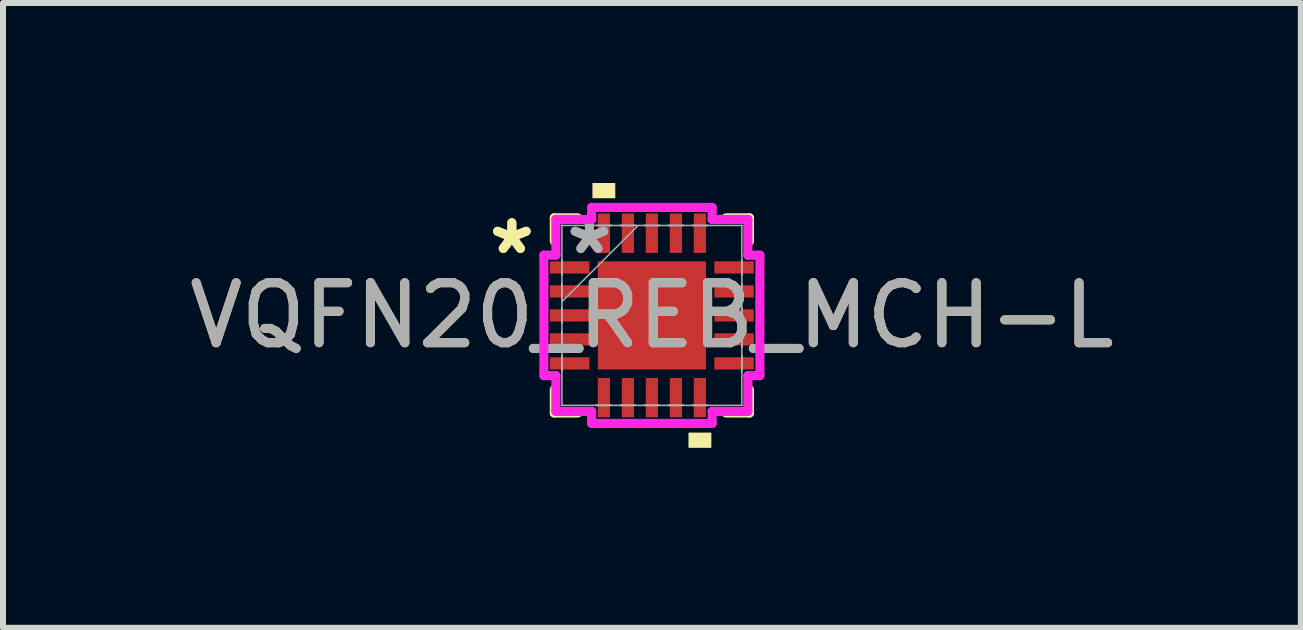
<source format=kicad_pcb>
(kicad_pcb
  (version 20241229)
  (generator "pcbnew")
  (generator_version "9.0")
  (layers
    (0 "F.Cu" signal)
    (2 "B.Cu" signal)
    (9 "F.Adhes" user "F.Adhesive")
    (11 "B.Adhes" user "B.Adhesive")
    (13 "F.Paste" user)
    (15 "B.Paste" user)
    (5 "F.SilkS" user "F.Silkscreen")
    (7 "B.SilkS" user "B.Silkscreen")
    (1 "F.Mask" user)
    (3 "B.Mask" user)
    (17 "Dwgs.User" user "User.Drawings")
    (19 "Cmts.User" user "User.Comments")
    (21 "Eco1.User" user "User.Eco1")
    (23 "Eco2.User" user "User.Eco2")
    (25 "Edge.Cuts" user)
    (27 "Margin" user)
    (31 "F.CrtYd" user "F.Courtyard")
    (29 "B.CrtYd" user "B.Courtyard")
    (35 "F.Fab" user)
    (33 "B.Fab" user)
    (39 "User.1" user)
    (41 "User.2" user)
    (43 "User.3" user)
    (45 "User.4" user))
  (footprint "VQFN20_REB_MCH-L"
    (layer "F.Cu")
    (at 7.815 2.207)
    (property "Reference" "VQFN20_REB_MCH-L" (at 0 0 0) (unlocked yes) (layer "F.SilkS") (effects (font (size 1 1) (thickness 0.15))))
    (attr smd)
    (fp_line (start -1.626 -1.626) (end -1.626 -1.235) (stroke (width 0.152) (type solid)) (layer "F.SilkS"))
    (fp_line (start -1.626 1.235) (end -1.626 1.626) (stroke (width 0.152) (type solid)) (layer "F.SilkS"))
    (fp_line (start -1.626 1.626) (end -1.235 1.626) (stroke (width 0.152) (type solid)) (layer "F.SilkS"))
    (fp_line (start -1.235 -1.626) (end -1.626 -1.626) (stroke (width 0.152) (type solid)) (layer "F.SilkS"))
    (fp_line (start 1.235 1.626) (end 1.626 1.626) (stroke (width 0.152) (type solid)) (layer "F.SilkS"))
    (fp_line (start 1.626 -1.626) (end 1.235 -1.626) (stroke (width 0.152) (type solid)) (layer "F.SilkS"))
    (fp_line (start 1.626 -1.235) (end 1.626 -1.626) (stroke (width 0.152) (type solid)) (layer "F.SilkS"))
    (fp_line (start 1.626 1.626) (end 1.626 1.235) (stroke (width 0.152) (type solid)) (layer "F.SilkS"))
    (fp_poly (pts (xy -0.991 -1.953) (xy -0.991 -2.207) (xy -0.61 -2.207) (xy -0.61 -1.953)) (stroke (width 0) (type solid)) (fill yes) (layer "F.SilkS"))
    (fp_poly (pts (xy 0.61 1.953) (xy 0.61 2.207) (xy 0.991 2.207) (xy 0.991 1.953)) (stroke (width 0) (type solid)) (fill yes) (layer "F.SilkS"))
    (fp_line (start -1.8 -1.004) (end -1.6 -1.004) (stroke (width 0.152) (type solid)) (layer "F.CrtYd"))
    (fp_line (start -1.8 1.004) (end -1.8 -1.004) (stroke (width 0.152) (type solid)) (layer "F.CrtYd"))
    (fp_line (start -1.6 -1.6) (end -1.004 -1.6) (stroke (width 0.152) (type solid)) (layer "F.CrtYd"))
    (fp_line (start -1.6 -1.004) (end -1.6 -1.6) (stroke (width 0.152) (type solid)) (layer "F.CrtYd"))
    (fp_line (start -1.6 1.004) (end -1.8 1.004) (stroke (width 0.152) (type solid)) (layer "F.CrtYd"))
    (fp_line (start -1.6 1.6) (end -1.6 1.004) (stroke (width 0.152) (type solid)) (layer "F.CrtYd"))
    (fp_line (start -1.004 -1.8) (end 1.004 -1.8) (stroke (width 0.152) (type solid)) (layer "F.CrtYd"))
    (fp_line (start -1.004 -1.6) (end -1.004 -1.8) (stroke (width 0.152) (type solid)) (layer "F.CrtYd"))
    (fp_line (start -1.004 1.6) (end -1.6 1.6) (stroke (width 0.152) (type solid)) (layer "F.CrtYd"))
    (fp_line (start -1.004 1.8) (end -1.004 1.6) (stroke (width 0.152) (type solid)) (layer "F.CrtYd"))
    (fp_line (start 1.004 -1.8) (end 1.004 -1.6) (stroke (width 0.152) (type solid)) (layer "F.CrtYd"))
    (fp_line (start 1.004 -1.6) (end 1.6 -1.6) (stroke (width 0.152) (type solid)) (layer "F.CrtYd"))
    (fp_line (start 1.004 1.6) (end 1.004 1.8) (stroke (width 0.152) (type solid)) (layer "F.CrtYd"))
    (fp_line (start 1.004 1.8) (end -1.004 1.8) (stroke (width 0.152) (type solid)) (layer "F.CrtYd"))
    (fp_line (start 1.6 -1.6) (end 1.6 -1.004) (stroke (width 0.152) (type solid)) (layer "F.CrtYd"))
    (fp_line (start 1.6 -1.004) (end 1.8 -1.004) (stroke (width 0.152) (type solid)) (layer "F.CrtYd"))
    (fp_line (start 1.6 1.004) (end 1.6 1.6) (stroke (width 0.152) (type solid)) (layer "F.CrtYd"))
    (fp_line (start 1.6 1.6) (end 1.004 1.6) (stroke (width 0.152) (type solid)) (layer "F.CrtYd"))
    (fp_line (start 1.8 -1.004) (end 1.8 1.004) (stroke (width 0.152) (type solid)) (layer "F.CrtYd"))
    (fp_line (start 1.8 1.004) (end 1.6 1.004) (stroke (width 0.152) (type solid)) (layer "F.CrtYd"))
    (fp_line (start -1.499 -1.499) (end -1.499 -1.499) (stroke (width 0.025) (type solid)) (layer "F.Fab"))
    (fp_line (start -1.499 -1.499) (end -1.499 1.499) (stroke (width 0.025) (type solid)) (layer "F.Fab"))
    (fp_line (start -1.499 -0.927) (end -1.499 -0.927) (stroke (width 0.025) (type solid)) (layer "F.Fab"))
    (fp_line (start -1.499 -0.927) (end -1.499 -0.673) (stroke (width 0.025) (type solid)) (layer "F.Fab"))
    (fp_line (start -1.499 -0.673) (end -1.499 -0.927) (stroke (width 0.025) (type solid)) (layer "F.Fab"))
    (fp_line (start -1.499 -0.673) (end -1.499 -0.673) (stroke (width 0.025) (type solid)) (layer "F.Fab"))
    (fp_line (start -1.499 -0.527) (end -1.499 -0.527) (stroke (width 0.025) (type solid)) (layer "F.Fab"))
    (fp_line (start -1.499 -0.527) (end -1.499 -0.273) (stroke (width 0.025) (type solid)) (layer "F.Fab"))
    (fp_line (start -1.499 -0.273) (end -1.499 -0.527) (stroke (width 0.025) (type solid)) (layer "F.Fab"))
    (fp_line (start -1.499 -0.273) (end -1.499 -0.273) (stroke (width 0.025) (type solid)) (layer "F.Fab"))
    (fp_line (start -1.499 -0.229) (end -0.229 -1.499) (stroke (width 0.025) (type solid)) (layer "F.Fab"))
    (fp_line (start -1.499 -0.127) (end -1.499 -0.127) (stroke (width 0.025) (type solid)) (layer "F.Fab"))
    (fp_line (start -1.499 -0.127) (end -1.499 0.127) (stroke (width 0.025) (type solid)) (layer "F.Fab"))
    (fp_line (start -1.499 0.127) (end -1.499 -0.127) (stroke (width 0.025) (type solid)) (layer "F.Fab"))
    (fp_line (start -1.499 0.127) (end -1.499 0.127) (stroke (width 0.025) (type solid)) (layer "F.Fab"))
    (fp_line (start -1.499 0.273) (end -1.499 0.273) (stroke (width 0.025) (type solid)) (layer "F.Fab"))
    (fp_line (start -1.499 0.273) (end -1.499 0.527) (stroke (width 0.025) (type solid)) (layer "F.Fab"))
    (fp_line (start -1.499 0.527) (end -1.499 0.273) (stroke (width 0.025) (type solid)) (layer "F.Fab"))
    (fp_line (start -1.499 0.527) (end -1.499 0.527) (stroke (width 0.025) (type solid)) (layer "F.Fab"))
    (fp_line (start -1.499 0.673) (end -1.499 0.673) (stroke (width 0.025) (type solid)) (layer "F.Fab"))
    (fp_line (start -1.499 0.673) (end -1.499 0.927) (stroke (width 0.025) (type solid)) (layer "F.Fab"))
    (fp_line (start -1.499 0.927) (end -1.499 0.673) (stroke (width 0.025) (type solid)) (layer "F.Fab"))
    (fp_line (start -1.499 0.927) (end -1.499 0.927) (stroke (width 0.025) (type solid)) (layer "F.Fab"))
    (fp_line (start -1.499 1.499) (end -1.499 1.499) (stroke (width 0.025) (type solid)) (layer "F.Fab"))
    (fp_line (start -1.499 1.499) (end 1.499 1.499) (stroke (width 0.025) (type solid)) (layer "F.Fab"))
    (fp_line (start -0.927 -1.499) (end -0.927 -1.499) (stroke (width 0.025) (type solid)) (layer "F.Fab"))
    (fp_line (start -0.927 -1.499) (end -0.673 -1.499) (stroke (width 0.025) (type solid)) (layer "F.Fab"))
    (fp_line (start -0.927 1.499) (end -0.927 1.499) (stroke (width 0.025) (type solid)) (layer "F.Fab"))
    (fp_line (start -0.927 1.499) (end -0.673 1.499) (stroke (width 0.025) (type solid)) (layer "F.Fab"))
    (fp_line (start -0.673 -1.499) (end -0.927 -1.499) (stroke (width 0.025) (type solid)) (layer "F.Fab"))
    (fp_line (start -0.673 -1.499) (end -0.673 -1.499) (stroke (width 0.025) (type solid)) (layer "F.Fab"))
    (fp_line (start -0.673 1.499) (end -0.927 1.499) (stroke (width 0.025) (type solid)) (layer "F.Fab"))
    (fp_line (start -0.673 1.499) (end -0.673 1.499) (stroke (width 0.025) (type solid)) (layer "F.Fab"))
    (fp_line (start -0.527 -1.499) (end -0.527 -1.499) (stroke (width 0.025) (type solid)) (layer "F.Fab"))
    (fp_line (start -0.527 -1.499) (end -0.273 -1.499) (stroke (width 0.025) (type solid)) (layer "F.Fab"))
    (fp_line (start -0.527 1.499) (end -0.527 1.499) (stroke (width 0.025) (type solid)) (layer "F.Fab"))
    (fp_line (start -0.527 1.499) (end -0.273 1.499) (stroke (width 0.025) (type solid)) (layer "F.Fab"))
    (fp_line (start -0.273 -1.499) (end -0.527 -1.499) (stroke (width 0.025) (type solid)) (layer "F.Fab"))
    (fp_line (start -0.273 -1.499) (end -0.273 -1.499) (stroke (width 0.025) (type solid)) (layer "F.Fab"))
    (fp_line (start -0.273 1.499) (end -0.527 1.499) (stroke (width 0.025) (type solid)) (layer "F.Fab"))
    (fp_line (start -0.273 1.499) (end -0.273 1.499) (stroke (width 0.025) (type solid)) (layer "F.Fab"))
    (fp_line (start -0.127 -1.499) (end -0.127 -1.499) (stroke (width 0.025) (type solid)) (layer "F.Fab"))
    (fp_line (start -0.127 -1.499) (end 0.127 -1.499) (stroke (width 0.025) (type solid)) (layer "F.Fab"))
    (fp_line (start -0.127 1.499) (end -0.127 1.499) (stroke (width 0.025) (type solid)) (layer "F.Fab"))
    (fp_line (start -0.127 1.499) (end 0.127 1.499) (stroke (width 0.025) (type solid)) (layer "F.Fab"))
    (fp_line (start 0.127 -1.499) (end -0.127 -1.499) (stroke (width 0.025) (type solid)) (layer "F.Fab"))
    (fp_line (start 0.127 -1.499) (end 0.127 -1.499) (stroke (width 0.025) (type solid)) (layer "F.Fab"))
    (fp_line (start 0.127 1.499) (end -0.127 1.499) (stroke (width 0.025) (type solid)) (layer "F.Fab"))
    (fp_line (start 0.127 1.499) (end 0.127 1.499) (stroke (width 0.025) (type solid)) (layer "F.Fab"))
    (fp_line (start 0.273 -1.499) (end 0.273 -1.499) (stroke (width 0.025) (type solid)) (layer "F.Fab"))
    (fp_line (start 0.273 -1.499) (end 0.527 -1.499) (stroke (width 0.025) (type solid)) (layer "F.Fab"))
    (fp_line (start 0.273 1.499) (end 0.273 1.499) (stroke (width 0.025) (type solid)) (layer "F.Fab"))
    (fp_line (start 0.273 1.499) (end 0.527 1.499) (stroke (width 0.025) (type solid)) (layer "F.Fab"))
    (fp_line (start 0.527 -1.499) (end 0.273 -1.499) (stroke (width 0.025) (type solid)) (layer "F.Fab"))
    (fp_line (start 0.527 -1.499) (end 0.527 -1.499) (stroke (width 0.025) (type solid)) (layer "F.Fab"))
    (fp_line (start 0.527 1.499) (end 0.273 1.499) (stroke (width 0.025) (type solid)) (layer "F.Fab"))
    (fp_line (start 0.527 1.499) (end 0.527 1.499) (stroke (width 0.025) (type solid)) (layer "F.Fab"))
    (fp_line (start 0.673 -1.499) (end 0.673 -1.499) (stroke (width 0.025) (type solid)) (layer "F.Fab"))
    (fp_line (start 0.673 -1.499) (end 0.927 -1.499) (stroke (width 0.025) (type solid)) (layer "F.Fab"))
    (fp_line (start 0.673 1.499) (end 0.673 1.499) (stroke (width 0.025) (type solid)) (layer "F.Fab"))
    (fp_line (start 0.673 1.499) (end 0.927 1.499) (stroke (width 0.025) (type solid)) (layer "F.Fab"))
    (fp_line (start 0.927 -1.499) (end 0.673 -1.499) (stroke (width 0.025) (type solid)) (layer "F.Fab"))
    (fp_line (start 0.927 -1.499) (end 0.927 -1.499) (stroke (width 0.025) (type solid)) (layer "F.Fab"))
    (fp_line (start 0.927 1.499) (end 0.673 1.499) (stroke (width 0.025) (type solid)) (layer "F.Fab"))
    (fp_line (start 0.927 1.499) (end 0.927 1.499) (stroke (width 0.025) (type solid)) (layer "F.Fab"))
    (fp_line (start 1.499 -1.499) (end -1.499 -1.499) (stroke (width 0.025) (type solid)) (layer "F.Fab"))
    (fp_line (start 1.499 -1.499) (end 1.499 -1.499) (stroke (width 0.025) (type solid)) (layer "F.Fab"))
    (fp_line (start 1.499 -0.927) (end 1.499 -0.927) (stroke (width 0.025) (type solid)) (layer "F.Fab"))
    (fp_line (start 1.499 -0.927) (end 1.499 -0.673) (stroke (width 0.025) (type solid)) (layer "F.Fab"))
    (fp_line (start 1.499 -0.673) (end 1.499 -0.927) (stroke (width 0.025) (type solid)) (layer "F.Fab"))
    (fp_line (start 1.499 -0.673) (end 1.499 -0.673) (stroke (width 0.025) (type solid)) (layer "F.Fab"))
    (fp_line (start 1.499 -0.527) (end 1.499 -0.527) (stroke (width 0.025) (type solid)) (layer "F.Fab"))
    (fp_line (start 1.499 -0.527) (end 1.499 -0.273) (stroke (width 0.025) (type solid)) (layer "F.Fab"))
    (fp_line (start 1.499 -0.273) (end 1.499 -0.527) (stroke (width 0.025) (type solid)) (layer "F.Fab"))
    (fp_line (start 1.499 -0.273) (end 1.499 -0.273) (stroke (width 0.025) (type solid)) (layer "F.Fab"))
    (fp_line (start 1.499 -0.127) (end 1.499 -0.127) (stroke (width 0.025) (type solid)) (layer "F.Fab"))
    (fp_line (start 1.499 -0.127) (end 1.499 0.127) (stroke (width 0.025) (type solid)) (layer "F.Fab"))
    (fp_line (start 1.499 0.127) (end 1.499 -0.127) (stroke (width 0.025) (type solid)) (layer "F.Fab"))
    (fp_line (start 1.499 0.127) (end 1.499 0.127) (stroke (width 0.025) (type solid)) (layer "F.Fab"))
    (fp_line (start 1.499 0.273) (end 1.499 0.273) (stroke (width 0.025) (type solid)) (layer "F.Fab"))
    (fp_line (start 1.499 0.273) (end 1.499 0.527) (stroke (width 0.025) (type solid)) (layer "F.Fab"))
    (fp_line (start 1.499 0.527) (end 1.499 0.273) (stroke (width 0.025) (type solid)) (layer "F.Fab"))
    (fp_line (start 1.499 0.527) (end 1.499 0.527) (stroke (width 0.025) (type solid)) (layer "F.Fab"))
    (fp_line (start 1.499 0.673) (end 1.499 0.673) (stroke (width 0.025) (type solid)) (layer "F.Fab"))
    (fp_line (start 1.499 0.673) (end 1.499 0.927) (stroke (width 0.025) (type solid)) (layer "F.Fab"))
    (fp_line (start 1.499 0.927) (end 1.499 0.673) (stroke (width 0.025) (type solid)) (layer "F.Fab"))
    (fp_line (start 1.499 0.927) (end 1.499 0.927) (stroke (width 0.025) (type solid)) (layer "F.Fab"))
    (fp_line (start 1.499 1.499) (end 1.499 -1.499) (stroke (width 0.025) (type solid)) (layer "F.Fab"))
    (fp_line (start 1.499 1.499) (end 1.499 1.499) (stroke (width 0.025) (type solid)) (layer "F.Fab"))
    (fp_text user "*" (at -2.334 -1 0) (unlocked yes) (layer "F.SilkS") (effects (font (size 1 1) (thickness 0.15))))
    (fp_text user "*" (at -2.334 -1 0) (layer "F.SilkS") (effects (font (size 1 1) (thickness 0.15))))
    (fp_text user "*" (at -1.041 -1 0) (unlocked yes) (layer "F.Fab") (effects (font (size 1 1) (thickness 0.15))))
    (fp_text user "${REFERENCE}" (at 0 0 0) (unlocked yes) (layer "F.Fab") (effects (font (size 1 1) (thickness 0.15))))
    (fp_text user "*" (at -1.041 -1 0) (layer "F.Fab") (effects (font (size 1 1) (thickness 0.15))))
    (pad "1" smd rect (at -1.37 -0.8 90) (size 0.204 0.657) (layers "F.Cu" "F.Mask" "F.Paste"))
    (pad "2" smd rect (at -1.37 -0.4 90) (size 0.204 0.657) (layers "F.Cu" "F.Mask" "F.Paste"))
    (pad "3" smd rect (at -1.37 0 90) (size 0.204 0.657) (layers "F.Cu" "F.Mask" "F.Paste"))
    (pad "4" smd rect (at -1.37 0.4 90) (size 0.204 0.657) (layers "F.Cu" "F.Mask" "F.Paste"))
    (pad "5" smd rect (at -1.37 0.8 90) (size 0.204 0.657) (layers "F.Cu" "F.Mask" "F.Paste"))
    (pad "6" smd rect (at -0.8 1.37) (size 0.204 0.657) (layers "F.Cu" "F.Mask" "F.Paste"))
    (pad "7" smd rect (at -0.4 1.37) (size 0.204 0.657) (layers "F.Cu" "F.Mask" "F.Paste"))
    (pad "8" smd rect (at 0 1.37) (size 0.204 0.657) (layers "F.Cu" "F.Mask" "F.Paste"))
    (pad "9" smd rect (at 0.4 1.37) (size 0.204 0.657) (layers "F.Cu" "F.Mask" "F.Paste"))
    (pad "10" smd rect (at 0.8 1.37) (size 0.204 0.657) (layers "F.Cu" "F.Mask" "F.Paste"))
    (pad "11" smd rect (at 1.37 0.8 90) (size 0.204 0.657) (layers "F.Cu" "F.Mask" "F.Paste"))
    (pad "12" smd rect (at 1.37 0.4 90) (size 0.204 0.657) (layers "F.Cu" "F.Mask" "F.Paste"))
    (pad "13" smd rect (at 1.37 0 90) (size 0.204 0.657) (layers "F.Cu" "F.Mask" "F.Paste"))
    (pad "14" smd rect (at 1.37 -0.4 90) (size 0.204 0.657) (layers "F.Cu" "F.Mask" "F.Paste"))
    (pad "15" smd rect (at 1.37 -0.8 90) (size 0.204 0.657) (layers "F.Cu" "F.Mask" "F.Paste"))
    (pad "16" smd rect (at 0.8 -1.37) (size 0.204 0.657) (layers "F.Cu" "F.Mask" "F.Paste"))
    (pad "17" smd rect (at 0.4 -1.37) (size 0.204 0.657) (layers "F.Cu" "F.Mask" "F.Paste"))
    (pad "18" smd rect (at 0 -1.37) (size 0.204 0.657) (layers "F.Cu" "F.Mask" "F.Paste"))
    (pad "19" smd rect (at -0.4 -1.37) (size 0.204 0.657) (layers "F.Cu" "F.Mask" "F.Paste"))
    (pad "20" smd rect (at -0.8 -1.37) (size 0.204 0.657) (layers "F.Cu" "F.Mask" "F.Paste"))
    (pad "21" smd rect (at 0 0) (size 1.803 1.803) (layers "F.Cu" "F.Mask" "F.Paste")))
  (gr_rect
    (start -3 -3)
    (end 18.631 7.413)
    (stroke (width 0.1) (type default))
    (fill no)
    (layer "Edge.Cuts")))
</source>
